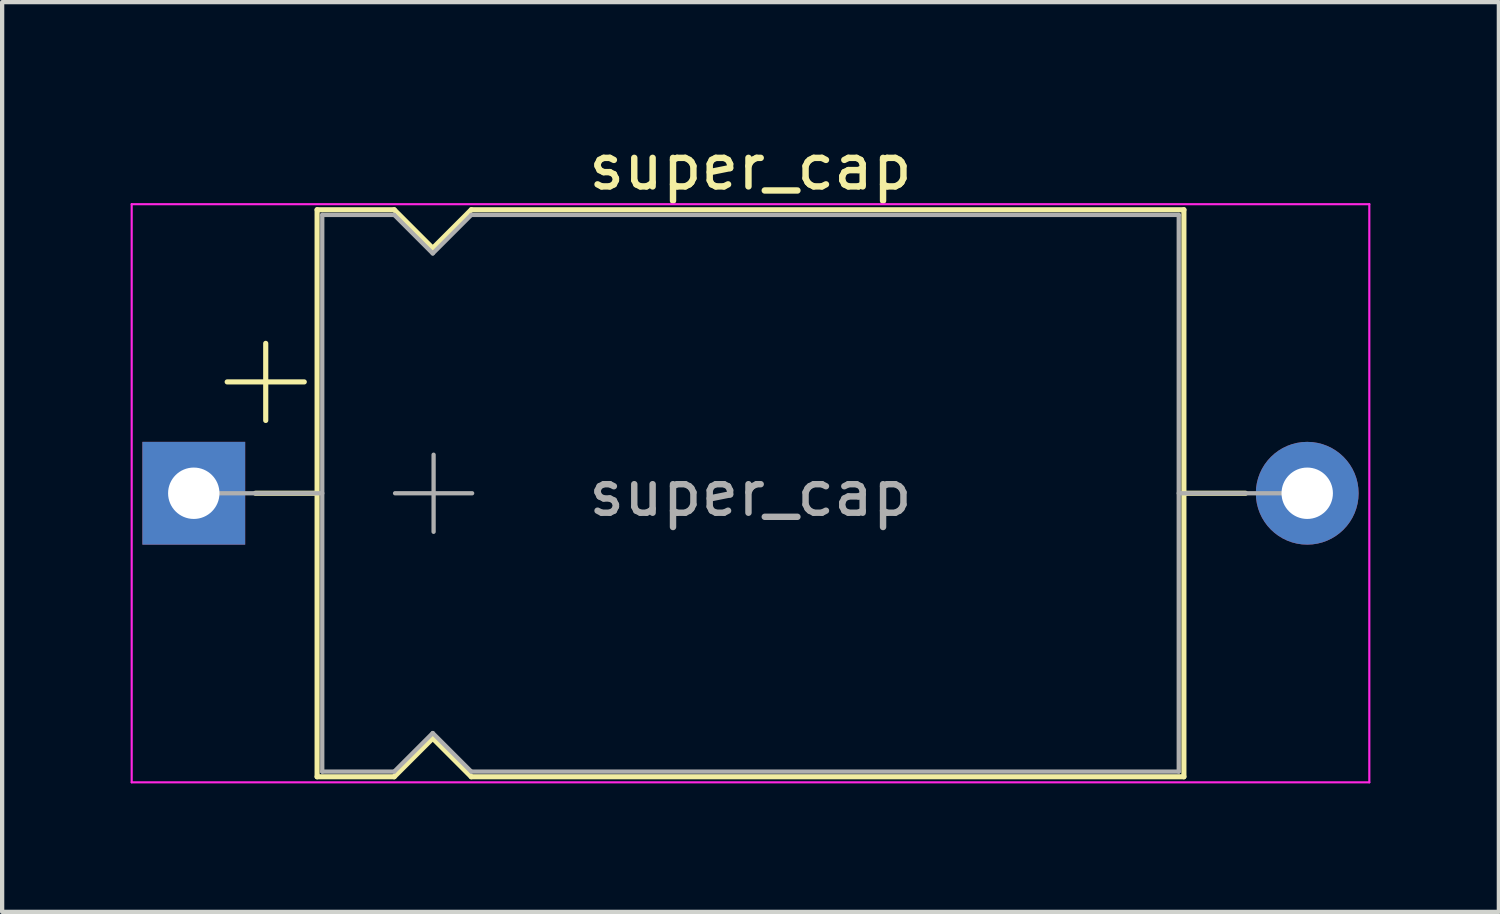
<source format=kicad_pcb>
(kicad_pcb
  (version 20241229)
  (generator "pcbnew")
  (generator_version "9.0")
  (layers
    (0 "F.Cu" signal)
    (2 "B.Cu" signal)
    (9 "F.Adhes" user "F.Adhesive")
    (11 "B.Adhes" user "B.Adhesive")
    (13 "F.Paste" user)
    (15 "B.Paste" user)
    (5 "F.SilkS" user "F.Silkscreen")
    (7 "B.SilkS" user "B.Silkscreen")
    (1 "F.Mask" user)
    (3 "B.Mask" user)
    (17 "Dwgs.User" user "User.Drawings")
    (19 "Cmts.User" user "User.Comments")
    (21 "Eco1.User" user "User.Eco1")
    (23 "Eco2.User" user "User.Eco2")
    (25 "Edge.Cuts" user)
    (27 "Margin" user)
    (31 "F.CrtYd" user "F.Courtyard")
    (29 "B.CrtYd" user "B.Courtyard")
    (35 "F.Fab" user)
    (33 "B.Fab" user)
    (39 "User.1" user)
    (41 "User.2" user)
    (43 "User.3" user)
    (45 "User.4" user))
  (footprint "super_cap"
    (layer "F.Cu")
    (at 1.475 8.468)
    (property "Reference" "super_cap" (at 13 -7.62 0) (layer "F.SilkS") (effects (font (size 1 1) (thickness 0.15))))
    (attr through_hole)
    (fp_line (start 0.78 -2.6) (end 2.58 -2.6) (stroke (width 0.12) (type solid)) (layer "F.SilkS"))
    (fp_line (start 1.44 0) (end 2.88 0) (stroke (width 0.12) (type solid)) (layer "F.SilkS"))
    (fp_line (start 1.68 -3.5) (end 1.68 -1.7) (stroke (width 0.12) (type solid)) (layer "F.SilkS"))
    (fp_line (start 2.88 -6.62) (end 2.88 6.62) (stroke (width 0.12) (type solid)) (layer "F.SilkS"))
    (fp_line (start 2.88 -6.62) (end 4.68 -6.62) (stroke (width 0.12) (type solid)) (layer "F.SilkS"))
    (fp_line (start 2.88 6.62) (end 4.68 6.62) (stroke (width 0.12) (type solid)) (layer "F.SilkS"))
    (fp_line (start 4.68 -6.62) (end 5.58 -5.72) (stroke (width 0.12) (type solid)) (layer "F.SilkS"))
    (fp_line (start 4.68 6.62) (end 5.58 5.72) (stroke (width 0.12) (type solid)) (layer "F.SilkS"))
    (fp_line (start 5.58 -5.72) (end 6.48 -6.62) (stroke (width 0.12) (type solid)) (layer "F.SilkS"))
    (fp_line (start 5.58 5.72) (end 6.48 6.62) (stroke (width 0.12) (type solid)) (layer "F.SilkS"))
    (fp_line (start 6.48 -6.62) (end 23.12 -6.62) (stroke (width 0.12) (type solid)) (layer "F.SilkS"))
    (fp_line (start 6.48 6.62) (end 23.12 6.62) (stroke (width 0.12) (type solid)) (layer "F.SilkS"))
    (fp_line (start 23.12 -6.62) (end 23.12 6.62) (stroke (width 0.12) (type solid)) (layer "F.SilkS"))
    (fp_line (start 24.56 0) (end 23.12 0) (stroke (width 0.12) (type solid)) (layer "F.SilkS"))
    (fp_line (start -1.45 -6.75) (end -1.45 6.75) (stroke (width 0.05) (type solid)) (layer "F.CrtYd"))
    (fp_line (start -1.45 6.75) (end 27.45 6.75) (stroke (width 0.05) (type solid)) (layer "F.CrtYd"))
    (fp_line (start 27.45 -6.75) (end -1.45 -6.75) (stroke (width 0.05) (type solid)) (layer "F.CrtYd"))
    (fp_line (start 27.45 6.75) (end 27.45 -6.75) (stroke (width 0.05) (type solid)) (layer "F.CrtYd"))
    (fp_line (start 0 0) (end 3 0) (stroke (width 0.1) (type solid)) (layer "F.Fab"))
    (fp_line (start 3 -6.5) (end 3 6.5) (stroke (width 0.1) (type solid)) (layer "F.Fab"))
    (fp_line (start 3 -6.5) (end 4.68 -6.5) (stroke (width 0.1) (type solid)) (layer "F.Fab"))
    (fp_line (start 3 6.5) (end 4.68 6.5) (stroke (width 0.1) (type solid)) (layer "F.Fab"))
    (fp_line (start 4.68 -6.5) (end 5.58 -5.6) (stroke (width 0.1) (type solid)) (layer "F.Fab"))
    (fp_line (start 4.68 6.5) (end 5.58 5.6) (stroke (width 0.1) (type solid)) (layer "F.Fab"))
    (fp_line (start 4.7 0) (end 6.5 0) (stroke (width 0.1) (type solid)) (layer "F.Fab"))
    (fp_line (start 5.58 -5.6) (end 6.48 -6.5) (stroke (width 0.1) (type solid)) (layer "F.Fab"))
    (fp_line (start 5.58 5.6) (end 6.48 6.5) (stroke (width 0.1) (type solid)) (layer "F.Fab"))
    (fp_line (start 5.6 -0.9) (end 5.6 0.9) (stroke (width 0.1) (type solid)) (layer "F.Fab"))
    (fp_line (start 6.48 -6.5) (end 23 -6.5) (stroke (width 0.1) (type solid)) (layer "F.Fab"))
    (fp_line (start 6.48 6.5) (end 23 6.5) (stroke (width 0.1) (type solid)) (layer "F.Fab"))
    (fp_line (start 23 -6.5) (end 23 6.5) (stroke (width 0.1) (type solid)) (layer "F.Fab"))
    (fp_line (start 26 0) (end 23 0) (stroke (width 0.1) (type solid)) (layer "F.Fab"))
    (fp_text user "${REFERENCE}" (at 13 0 0) (layer "F.Fab") (effects (font (size 1 1) (thickness 0.15))))
    (pad "+" thru_hole rect (at 0 0) (size 2.4 2.4) (drill 1.2) (layers "*.Cu" "*.Mask"))
    (pad "-" thru_hole oval (at 26 0) (size 2.4 2.4) (drill 1.2) (layers "*.Cu" "*.Mask")))
  (gr_rect
    (start -3 -3)
    (end 31.95 18.243)
    (stroke (width 0.1) (type default))
    (fill no)
    (layer "Edge.Cuts")))
</source>
